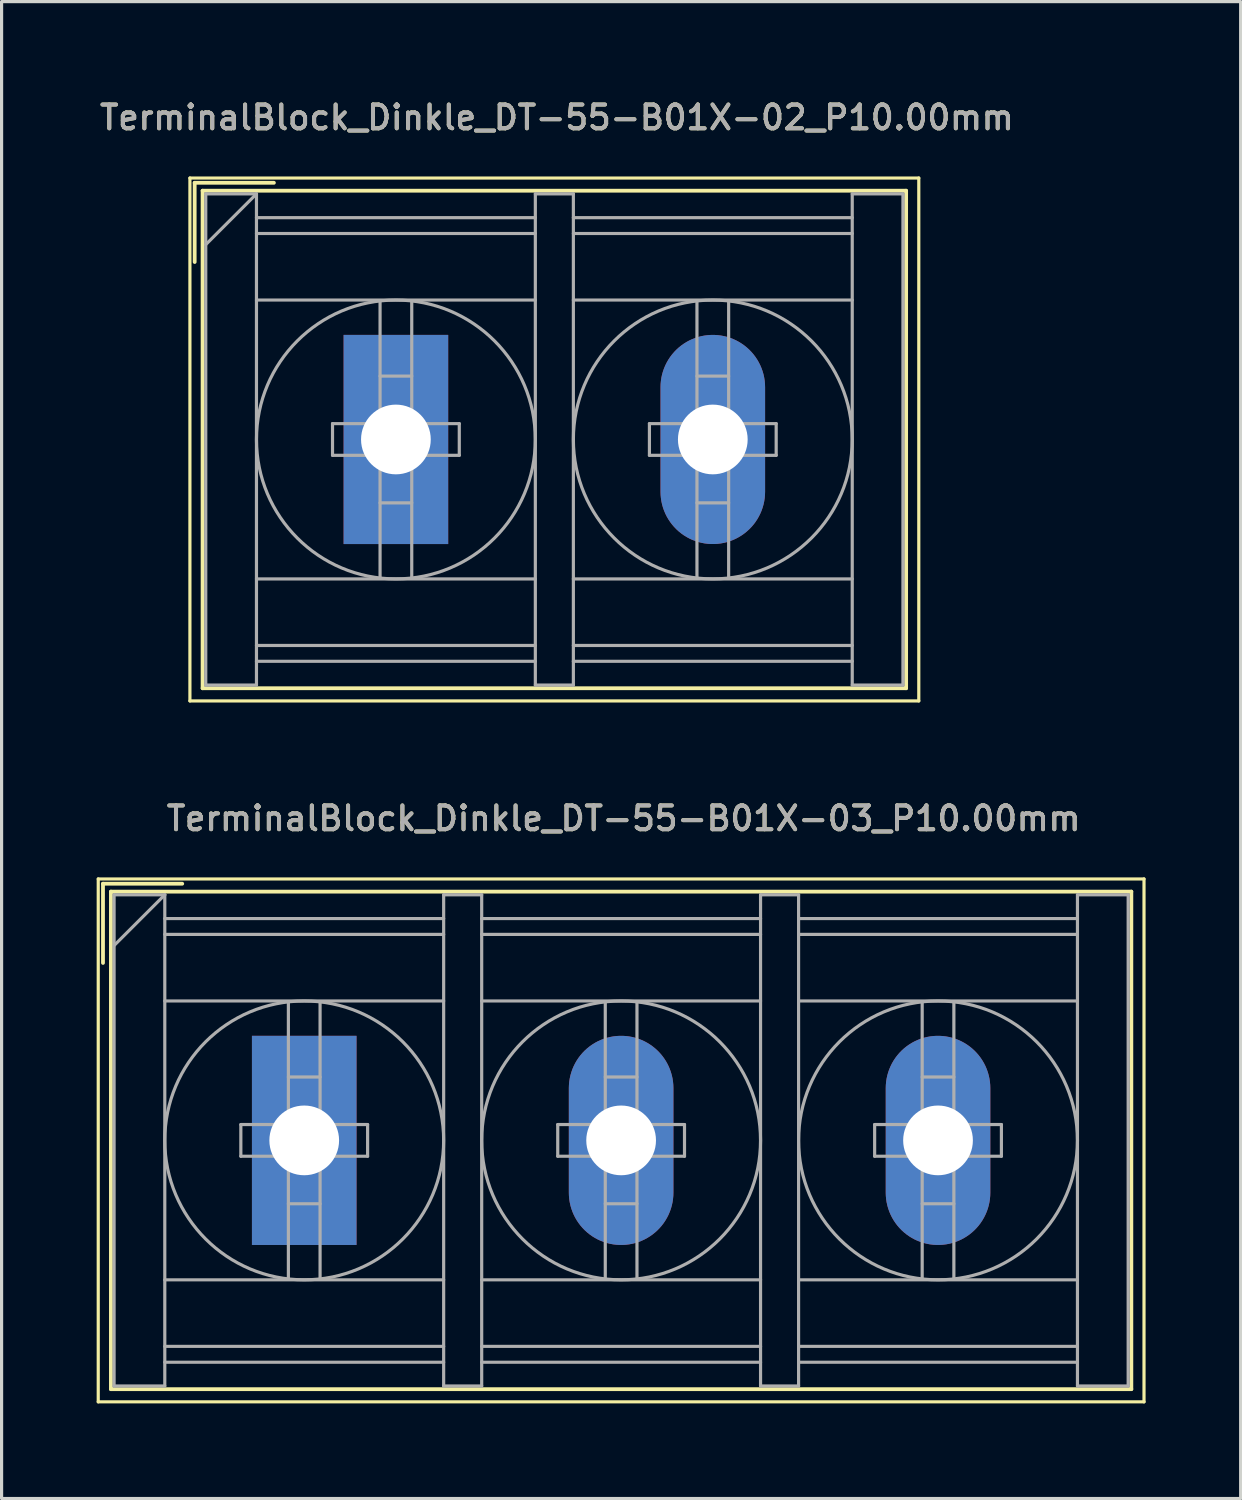
<source format=kicad_pcb>
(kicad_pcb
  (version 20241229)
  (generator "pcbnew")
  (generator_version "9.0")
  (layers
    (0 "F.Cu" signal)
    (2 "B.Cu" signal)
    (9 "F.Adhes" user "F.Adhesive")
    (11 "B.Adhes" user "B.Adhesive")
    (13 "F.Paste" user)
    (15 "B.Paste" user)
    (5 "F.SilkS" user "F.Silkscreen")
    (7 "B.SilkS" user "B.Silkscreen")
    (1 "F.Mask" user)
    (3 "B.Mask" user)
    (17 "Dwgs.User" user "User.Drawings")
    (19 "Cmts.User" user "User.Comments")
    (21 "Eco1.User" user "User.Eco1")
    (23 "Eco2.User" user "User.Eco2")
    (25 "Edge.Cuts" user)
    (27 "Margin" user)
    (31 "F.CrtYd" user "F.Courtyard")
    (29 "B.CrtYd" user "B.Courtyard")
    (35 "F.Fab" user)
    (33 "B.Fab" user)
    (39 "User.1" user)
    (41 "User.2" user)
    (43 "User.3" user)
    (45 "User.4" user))
  (footprint "TerminalBlock_Dinkle_DT-55-B01X-02_P10.00mm"
    (layer "F.Cu")
    (at 9.443 10.818)
    (property "Reference" "TerminalBlock_Dinkle_DT-55-B01X-02_P10.00mm" (at 5.08 -10.16 0) (layer "F.SilkS") (effects (font (size 0.75 0.75) (thickness 0.125))))
    (attr through_hole)
    (fp_line (start -6.5 -8.25) (end 16.5 -8.25) (stroke (width 0.1) (type solid)) (layer "F.SilkS"))
    (fp_line (start -6.5 8.25) (end -6.5 -8.25) (stroke (width 0.1) (type solid)) (layer "F.SilkS"))
    (fp_line (start -6.5 8.25) (end 16.5 8.25) (stroke (width 0.1) (type solid)) (layer "F.SilkS"))
    (fp_line (start -6.35 -8.1) (end -3.85 -8.1) (stroke (width 0.12) (type solid)) (layer "F.SilkS"))
    (fp_line (start -6.35 -5.6) (end -6.35 -8.1) (stroke (width 0.12) (type solid)) (layer "F.SilkS"))
    (fp_line (start -6.1 -7.85) (end 16.1 -7.85) (stroke (width 0.12) (type solid)) (layer "F.SilkS"))
    (fp_line (start -6.1 7.85) (end -6.1 -7.85) (stroke (width 0.12) (type solid)) (layer "F.SilkS"))
    (fp_line (start -6.1 7.85) (end 16.1 7.85) (stroke (width 0.12) (type solid)) (layer "F.SilkS"))
    (fp_line (start 16.1 -7.85) (end 16.1 7.85) (stroke (width 0.12) (type solid)) (layer "F.SilkS"))
    (fp_line (start 16.5 -8.25) (end 16.5 8.25) (stroke (width 0.1) (type solid)) (layer "F.SilkS"))
    (fp_line (start -6 -7.75) (end -6 7.75) (stroke (width 0.1) (type solid)) (layer "F.Fab"))
    (fp_line (start -6 -7.75) (end -4.4 -7.75) (stroke (width 0.1) (type solid)) (layer "F.Fab"))
    (fp_line (start -6 7.75) (end -4.4 7.75) (stroke (width 0.1) (type solid)) (layer "F.Fab"))
    (fp_line (start -4.4 -7.75) (end -6 -6.15) (stroke (width 0.1) (type solid)) (layer "F.Fab"))
    (fp_line (start -4.4 -7.75) (end -4.4 7.75) (stroke (width 0.1) (type solid)) (layer "F.Fab"))
    (fp_line (start -4.4 -7) (end 4.4 -7) (stroke (width 0.1) (type solid)) (layer "F.Fab"))
    (fp_line (start -4.4 -6.5) (end 4.4 -6.5) (stroke (width 0.1) (type solid)) (layer "F.Fab"))
    (fp_line (start -4.4 -4.4) (end 4.4 -4.4) (stroke (width 0.1) (type solid)) (layer "F.Fab"))
    (fp_line (start -4.4 4.4) (end 4.4 4.4) (stroke (width 0.1) (type solid)) (layer "F.Fab"))
    (fp_line (start -4.4 6.5) (end 4.4 6.5) (stroke (width 0.1) (type solid)) (layer "F.Fab"))
    (fp_line (start -4.4 7) (end 4.4 7) (stroke (width 0.1) (type solid)) (layer "F.Fab"))
    (fp_line (start -2 -0.5) (end -2 0.5) (stroke (width 0.1) (type solid)) (layer "F.Fab"))
    (fp_line (start -2 0.5) (end -0.5 0.5) (stroke (width 0.1) (type solid)) (layer "F.Fab"))
    (fp_line (start -0.5 -4.35) (end -0.5 -0.5) (stroke (width 0.1) (type solid)) (layer "F.Fab"))
    (fp_line (start -0.5 -2) (end 0.5 -2) (stroke (width 0.1) (type solid)) (layer "F.Fab"))
    (fp_line (start -0.5 -0.5) (end -2 -0.5) (stroke (width 0.1) (type solid)) (layer "F.Fab"))
    (fp_line (start -0.5 0.5) (end -0.5 4.35) (stroke (width 0.1) (type solid)) (layer "F.Fab"))
    (fp_line (start -0.5 2) (end 0.5 2) (stroke (width 0.1) (type solid)) (layer "F.Fab"))
    (fp_line (start 0.5 -4.35) (end 0.5 -0.5) (stroke (width 0.1) (type solid)) (layer "F.Fab"))
    (fp_line (start 0.5 -0.5) (end 2 -0.5) (stroke (width 0.1) (type solid)) (layer "F.Fab"))
    (fp_line (start 0.5 0.5) (end 0.5 4.35) (stroke (width 0.1) (type solid)) (layer "F.Fab"))
    (fp_line (start 2 -0.5) (end 2 0.5) (stroke (width 0.1) (type solid)) (layer "F.Fab"))
    (fp_line (start 2 0.5) (end 0.5 0.5) (stroke (width 0.1) (type solid)) (layer "F.Fab"))
    (fp_line (start 4.4 -7.75) (end 4.4 7.75) (stroke (width 0.1) (type solid)) (layer "F.Fab"))
    (fp_line (start 4.4 -7.75) (end 5.6 -7.75) (stroke (width 0.1) (type solid)) (layer "F.Fab"))
    (fp_line (start 4.4 7.75) (end 5.6 7.75) (stroke (width 0.1) (type solid)) (layer "F.Fab"))
    (fp_line (start 5.6 -7.75) (end 5.6 7.75) (stroke (width 0.1) (type solid)) (layer "F.Fab"))
    (fp_line (start 5.6 -7) (end 14.4 -7) (stroke (width 0.1) (type solid)) (layer "F.Fab"))
    (fp_line (start 5.6 -6.5) (end 14.4 -6.5) (stroke (width 0.1) (type solid)) (layer "F.Fab"))
    (fp_line (start 5.6 -4.4) (end 14.4 -4.4) (stroke (width 0.1) (type solid)) (layer "F.Fab"))
    (fp_line (start 5.6 4.4) (end 14.4 4.4) (stroke (width 0.1) (type solid)) (layer "F.Fab"))
    (fp_line (start 5.6 6.5) (end 14.4 6.5) (stroke (width 0.1) (type solid)) (layer "F.Fab"))
    (fp_line (start 5.6 7) (end 14.4 7) (stroke (width 0.1) (type solid)) (layer "F.Fab"))
    (fp_line (start 8 -0.5) (end 8 0.5) (stroke (width 0.1) (type solid)) (layer "F.Fab"))
    (fp_line (start 8 0.5) (end 9.5 0.5) (stroke (width 0.1) (type solid)) (layer "F.Fab"))
    (fp_line (start 9.5 -4.35) (end 9.5 -0.5) (stroke (width 0.1) (type solid)) (layer "F.Fab"))
    (fp_line (start 9.5 -2) (end 10.5 -2) (stroke (width 0.1) (type solid)) (layer "F.Fab"))
    (fp_line (start 9.5 -0.5) (end 8 -0.5) (stroke (width 0.1) (type solid)) (layer "F.Fab"))
    (fp_line (start 9.5 0.5) (end 9.5 4.35) (stroke (width 0.1) (type solid)) (layer "F.Fab"))
    (fp_line (start 9.5 2) (end 10.5 2) (stroke (width 0.1) (type solid)) (layer "F.Fab"))
    (fp_line (start 10.5 -4.35) (end 10.5 -0.5) (stroke (width 0.1) (type solid)) (layer "F.Fab"))
    (fp_line (start 10.5 -0.5) (end 12 -0.5) (stroke (width 0.1) (type solid)) (layer "F.Fab"))
    (fp_line (start 10.5 0.5) (end 10.5 4.35) (stroke (width 0.1) (type solid)) (layer "F.Fab"))
    (fp_line (start 12 -0.5) (end 12 0.5) (stroke (width 0.1) (type solid)) (layer "F.Fab"))
    (fp_line (start 12 0.5) (end 10.5 0.5) (stroke (width 0.1) (type solid)) (layer "F.Fab"))
    (fp_line (start 14.4 -7.75) (end 14.4 7.75) (stroke (width 0.1) (type solid)) (layer "F.Fab"))
    (fp_line (start 14.4 -7.75) (end 16 -7.75) (stroke (width 0.1) (type solid)) (layer "F.Fab"))
    (fp_line (start 14.4 7.75) (end 16 7.75) (stroke (width 0.1) (type solid)) (layer "F.Fab"))
    (fp_line (start 16 -7.75) (end 16 7.75) (stroke (width 0.1) (type solid)) (layer "F.Fab"))
    (fp_circle (center 0 0) (end 0.5 0.5) (stroke (width 0.1) (type solid)) (fill no) (layer "F.Fab"))
    (fp_circle (center 0 0) (end 4.4 0) (stroke (width 0.1) (type solid)) (fill no) (layer "F.Fab"))
    (fp_circle (center 10 0) (end 10.5 0.5) (stroke (width 0.1) (type solid)) (fill no) (layer "F.Fab"))
    (fp_circle (center 10 0) (end 14.4 0) (stroke (width 0.1) (type solid)) (fill no) (layer "F.Fab"))
    (fp_text user "${REFERENCE}" (at 5.08 -10.16 0) (layer "F.Fab") (effects (font (size 0.75 0.75) (thickness 0.125))))
    (pad "1" thru_hole rect (at 0 0) (size 3.3 6.6) (drill 2.2) (layers "*.Cu" "*.Mask"))
    (pad "2" thru_hole oval (at 10 0) (size 3.3 6.6) (drill 2.2) (layers "*.Cu" "*.Mask")))
  (footprint "TerminalBlock_Dinkle_DT-55-B01X-03_P10.00mm"
    (layer "F.Cu")
    (at 6.55 32.936)
    (property "Reference" "TerminalBlock_Dinkle_DT-55-B01X-03_P10.00mm" (at 10.08 -10.16 0) (layer "F.SilkS") (effects (font (size 0.75 0.75) (thickness 0.125))))
    (attr through_hole)
    (fp_line (start -6.5 -8.25) (end 26.5 -8.25) (stroke (width 0.1) (type solid)) (layer "F.SilkS"))
    (fp_line (start -6.5 8.25) (end -6.5 -8.25) (stroke (width 0.1) (type solid)) (layer "F.SilkS"))
    (fp_line (start -6.5 8.25) (end 26.5 8.25) (stroke (width 0.1) (type solid)) (layer "F.SilkS"))
    (fp_line (start -6.35 -8.1) (end -3.85 -8.1) (stroke (width 0.12) (type solid)) (layer "F.SilkS"))
    (fp_line (start -6.35 -5.6) (end -6.35 -8.1) (stroke (width 0.12) (type solid)) (layer "F.SilkS"))
    (fp_line (start -6.1 -7.85) (end 26.1 -7.85) (stroke (width 0.12) (type solid)) (layer "F.SilkS"))
    (fp_line (start -6.1 7.85) (end -6.1 -7.85) (stroke (width 0.12) (type solid)) (layer "F.SilkS"))
    (fp_line (start -6.1 7.85) (end 26.1 7.85) (stroke (width 0.12) (type solid)) (layer "F.SilkS"))
    (fp_line (start 26.1 -7.85) (end 26.1 7.85) (stroke (width 0.12) (type solid)) (layer "F.SilkS"))
    (fp_line (start 26.5 -8.25) (end 26.5 8.25) (stroke (width 0.1) (type solid)) (layer "F.SilkS"))
    (fp_line (start -6 -7.75) (end -6 7.75) (stroke (width 0.1) (type solid)) (layer "F.Fab"))
    (fp_line (start -6 -7.75) (end -4.4 -7.75) (stroke (width 0.1) (type solid)) (layer "F.Fab"))
    (fp_line (start -6 7.75) (end -4.4 7.75) (stroke (width 0.1) (type solid)) (layer "F.Fab"))
    (fp_line (start -4.4 -7.75) (end -6 -6.15) (stroke (width 0.1) (type solid)) (layer "F.Fab"))
    (fp_line (start -4.4 -7.75) (end -4.4 7.75) (stroke (width 0.1) (type solid)) (layer "F.Fab"))
    (fp_line (start -4.4 -7) (end 4.4 -7) (stroke (width 0.1) (type solid)) (layer "F.Fab"))
    (fp_line (start -4.4 -6.5) (end 4.4 -6.5) (stroke (width 0.1) (type solid)) (layer "F.Fab"))
    (fp_line (start -4.4 -4.4) (end 4.4 -4.4) (stroke (width 0.1) (type solid)) (layer "F.Fab"))
    (fp_line (start -4.4 4.4) (end 4.4 4.4) (stroke (width 0.1) (type solid)) (layer "F.Fab"))
    (fp_line (start -4.4 6.5) (end 4.4 6.5) (stroke (width 0.1) (type solid)) (layer "F.Fab"))
    (fp_line (start -4.4 7) (end 4.4 7) (stroke (width 0.1) (type solid)) (layer "F.Fab"))
    (fp_line (start -2 -0.5) (end -2 0.5) (stroke (width 0.1) (type solid)) (layer "F.Fab"))
    (fp_line (start -2 0.5) (end -0.5 0.5) (stroke (width 0.1) (type solid)) (layer "F.Fab"))
    (fp_line (start -0.5 -4.35) (end -0.5 -0.5) (stroke (width 0.1) (type solid)) (layer "F.Fab"))
    (fp_line (start -0.5 -2) (end 0.5 -2) (stroke (width 0.1) (type solid)) (layer "F.Fab"))
    (fp_line (start -0.5 -0.5) (end -2 -0.5) (stroke (width 0.1) (type solid)) (layer "F.Fab"))
    (fp_line (start -0.5 0.5) (end -0.5 4.35) (stroke (width 0.1) (type solid)) (layer "F.Fab"))
    (fp_line (start -0.5 2) (end 0.5 2) (stroke (width 0.1) (type solid)) (layer "F.Fab"))
    (fp_line (start 0.5 -4.35) (end 0.5 -0.5) (stroke (width 0.1) (type solid)) (layer "F.Fab"))
    (fp_line (start 0.5 -0.5) (end 2 -0.5) (stroke (width 0.1) (type solid)) (layer "F.Fab"))
    (fp_line (start 0.5 0.5) (end 0.5 4.35) (stroke (width 0.1) (type solid)) (layer "F.Fab"))
    (fp_line (start 2 -0.5) (end 2 0.5) (stroke (width 0.1) (type solid)) (layer "F.Fab"))
    (fp_line (start 2 0.5) (end 0.5 0.5) (stroke (width 0.1) (type solid)) (layer "F.Fab"))
    (fp_line (start 4.4 -7.75) (end 4.4 7.75) (stroke (width 0.1) (type solid)) (layer "F.Fab"))
    (fp_line (start 4.4 -7.75) (end 5.6 -7.75) (stroke (width 0.1) (type solid)) (layer "F.Fab"))
    (fp_line (start 4.4 7.75) (end 5.6 7.75) (stroke (width 0.1) (type solid)) (layer "F.Fab"))
    (fp_line (start 5.6 -7.75) (end 5.6 7.75) (stroke (width 0.1) (type solid)) (layer "F.Fab"))
    (fp_line (start 5.6 -7) (end 14.4 -7) (stroke (width 0.1) (type solid)) (layer "F.Fab"))
    (fp_line (start 5.6 -6.5) (end 14.4 -6.5) (stroke (width 0.1) (type solid)) (layer "F.Fab"))
    (fp_line (start 5.6 -4.4) (end 14.4 -4.4) (stroke (width 0.1) (type solid)) (layer "F.Fab"))
    (fp_line (start 5.6 4.4) (end 14.4 4.4) (stroke (width 0.1) (type solid)) (layer "F.Fab"))
    (fp_line (start 5.6 6.5) (end 14.4 6.5) (stroke (width 0.1) (type solid)) (layer "F.Fab"))
    (fp_line (start 5.6 7) (end 14.4 7) (stroke (width 0.1) (type solid)) (layer "F.Fab"))
    (fp_line (start 8 -0.5) (end 8 0.5) (stroke (width 0.1) (type solid)) (layer "F.Fab"))
    (fp_line (start 8 0.5) (end 9.5 0.5) (stroke (width 0.1) (type solid)) (layer "F.Fab"))
    (fp_line (start 9.5 -4.35) (end 9.5 -0.5) (stroke (width 0.1) (type solid)) (layer "F.Fab"))
    (fp_line (start 9.5 -2) (end 10.5 -2) (stroke (width 0.1) (type solid)) (layer "F.Fab"))
    (fp_line (start 9.5 -0.5) (end 8 -0.5) (stroke (width 0.1) (type solid)) (layer "F.Fab"))
    (fp_line (start 9.5 0.5) (end 9.5 4.35) (stroke (width 0.1) (type solid)) (layer "F.Fab"))
    (fp_line (start 9.5 2) (end 10.5 2) (stroke (width 0.1) (type solid)) (layer "F.Fab"))
    (fp_line (start 10.5 -4.35) (end 10.5 -0.5) (stroke (width 0.1) (type solid)) (layer "F.Fab"))
    (fp_line (start 10.5 -0.5) (end 12 -0.5) (stroke (width 0.1) (type solid)) (layer "F.Fab"))
    (fp_line (start 10.5 0.5) (end 10.5 4.35) (stroke (width 0.1) (type solid)) (layer "F.Fab"))
    (fp_line (start 12 -0.5) (end 12 0.5) (stroke (width 0.1) (type solid)) (layer "F.Fab"))
    (fp_line (start 12 0.5) (end 10.5 0.5) (stroke (width 0.1) (type solid)) (layer "F.Fab"))
    (fp_line (start 14.4 -7.75) (end 14.4 7.75) (stroke (width 0.1) (type solid)) (layer "F.Fab"))
    (fp_line (start 14.4 -7.75) (end 15.6 -7.75) (stroke (width 0.1) (type solid)) (layer "F.Fab"))
    (fp_line (start 14.4 7.75) (end 15.6 7.75) (stroke (width 0.1) (type solid)) (layer "F.Fab"))
    (fp_line (start 15.6 -7.75) (end 15.6 7.75) (stroke (width 0.1) (type solid)) (layer "F.Fab"))
    (fp_line (start 15.6 -7) (end 24.4 -7) (stroke (width 0.1) (type solid)) (layer "F.Fab"))
    (fp_line (start 15.6 -6.5) (end 24.4 -6.5) (stroke (width 0.1) (type solid)) (layer "F.Fab"))
    (fp_line (start 15.6 -4.4) (end 24.4 -4.4) (stroke (width 0.1) (type solid)) (layer "F.Fab"))
    (fp_line (start 15.6 4.4) (end 24.4 4.4) (stroke (width 0.1) (type solid)) (layer "F.Fab"))
    (fp_line (start 15.6 6.5) (end 24.4 6.5) (stroke (width 0.1) (type solid)) (layer "F.Fab"))
    (fp_line (start 15.6 7) (end 24.4 7) (stroke (width 0.1) (type solid)) (layer "F.Fab"))
    (fp_line (start 18 -0.5) (end 18 0.5) (stroke (width 0.1) (type solid)) (layer "F.Fab"))
    (fp_line (start 18 0.5) (end 19.5 0.5) (stroke (width 0.1) (type solid)) (layer "F.Fab"))
    (fp_line (start 19.5 -4.35) (end 19.5 -0.5) (stroke (width 0.1) (type solid)) (layer "F.Fab"))
    (fp_line (start 19.5 -2) (end 20.5 -2) (stroke (width 0.1) (type solid)) (layer "F.Fab"))
    (fp_line (start 19.5 -0.5) (end 18 -0.5) (stroke (width 0.1) (type solid)) (layer "F.Fab"))
    (fp_line (start 19.5 0.5) (end 19.5 4.35) (stroke (width 0.1) (type solid)) (layer "F.Fab"))
    (fp_line (start 19.5 2) (end 20.5 2) (stroke (width 0.1) (type solid)) (layer "F.Fab"))
    (fp_line (start 20.5 -4.35) (end 20.5 -0.5) (stroke (width 0.1) (type solid)) (layer "F.Fab"))
    (fp_line (start 20.5 -0.5) (end 22 -0.5) (stroke (width 0.1) (type solid)) (layer "F.Fab"))
    (fp_line (start 20.5 0.5) (end 20.5 4.35) (stroke (width 0.1) (type solid)) (layer "F.Fab"))
    (fp_line (start 22 -0.5) (end 22 0.5) (stroke (width 0.1) (type solid)) (layer "F.Fab"))
    (fp_line (start 22 0.5) (end 20.5 0.5) (stroke (width 0.1) (type solid)) (layer "F.Fab"))
    (fp_line (start 24.4 -7.75) (end 24.4 7.75) (stroke (width 0.1) (type solid)) (layer "F.Fab"))
    (fp_line (start 24.4 -7.75) (end 26 -7.75) (stroke (width 0.1) (type solid)) (layer "F.Fab"))
    (fp_line (start 24.4 7.75) (end 26 7.75) (stroke (width 0.1) (type solid)) (layer "F.Fab"))
    (fp_line (start 26 -7.75) (end 26 7.75) (stroke (width 0.1) (type solid)) (layer "F.Fab"))
    (fp_circle (center 0 0) (end 0.5 0.5) (stroke (width 0.1) (type solid)) (fill no) (layer "F.Fab"))
    (fp_circle (center 0 0) (end 4.4 0) (stroke (width 0.1) (type solid)) (fill no) (layer "F.Fab"))
    (fp_circle (center 10 0) (end 10.5 0.5) (stroke (width 0.1) (type solid)) (fill no) (layer "F.Fab"))
    (fp_circle (center 10 0) (end 14.4 0) (stroke (width 0.1) (type solid)) (fill no) (layer "F.Fab"))
    (fp_circle (center 20 0) (end 20.5 0.5) (stroke (width 0.1) (type solid)) (fill no) (layer "F.Fab"))
    (fp_circle (center 20 0) (end 24.4 0) (stroke (width 0.1) (type solid)) (fill no) (layer "F.Fab"))
    (fp_text user "${REFERENCE}" (at 10.08 -10.16 0) (layer "F.Fab") (effects (font (size 0.75 0.75) (thickness 0.125))))
    (pad "1" thru_hole rect (at 0 0) (size 3.3 6.6) (drill 2.2) (layers "*.Cu" "*.Mask"))
    (pad "2" thru_hole oval (at 10 0) (size 3.3 6.6) (drill 2.2) (layers "*.Cu" "*.Mask"))
    (pad "3" thru_hole oval (at 20 0) (size 3.3 6.6) (drill 2.2) (layers "*.Cu" "*.Mask")))
  (gr_rect
    (start -3 -3)
    (end 36.1 44.236)
    (stroke (width 0.1) (type default))
    (fill no)
    (layer "Edge.Cuts")))
</source>
